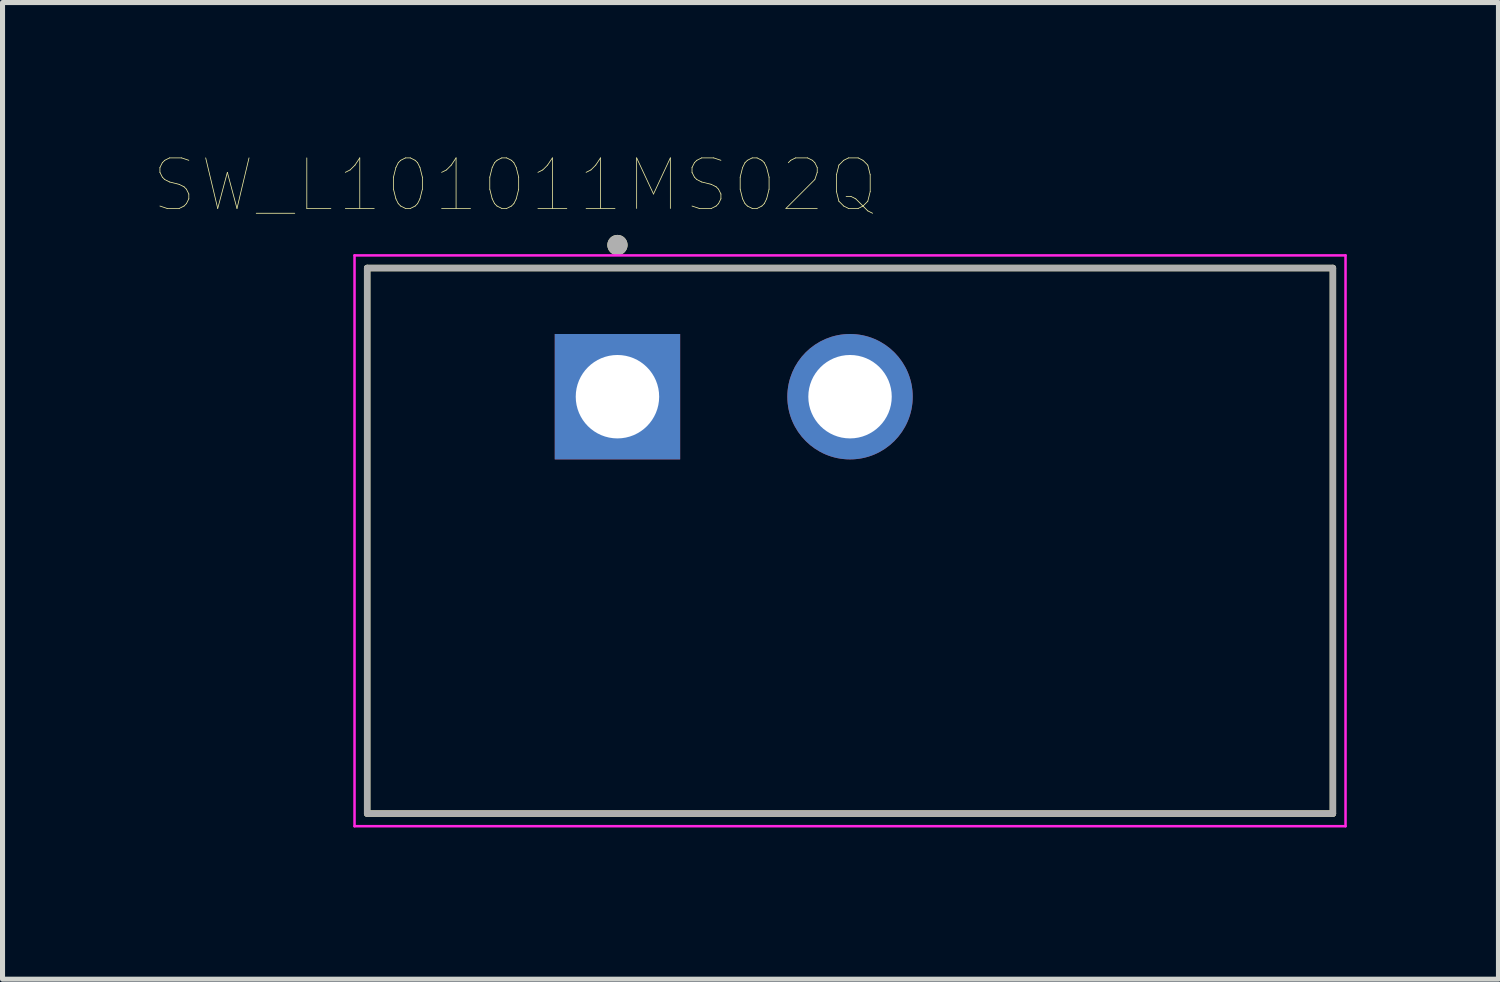
<source format=kicad_pcb>
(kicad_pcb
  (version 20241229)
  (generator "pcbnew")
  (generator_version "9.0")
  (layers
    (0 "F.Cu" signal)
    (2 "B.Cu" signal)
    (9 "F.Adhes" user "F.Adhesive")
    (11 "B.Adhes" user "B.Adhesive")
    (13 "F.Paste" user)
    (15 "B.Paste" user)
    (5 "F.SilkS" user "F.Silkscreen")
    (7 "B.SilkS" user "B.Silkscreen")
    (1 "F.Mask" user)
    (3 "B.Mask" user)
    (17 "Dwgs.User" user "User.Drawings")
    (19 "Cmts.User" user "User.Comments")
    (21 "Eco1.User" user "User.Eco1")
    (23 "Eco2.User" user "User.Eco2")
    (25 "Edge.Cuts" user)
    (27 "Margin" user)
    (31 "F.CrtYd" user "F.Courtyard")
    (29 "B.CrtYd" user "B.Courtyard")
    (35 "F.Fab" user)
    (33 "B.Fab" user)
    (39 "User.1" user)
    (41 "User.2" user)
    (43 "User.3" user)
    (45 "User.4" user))
  (footprint "SW_L101011MS02Q"
    (layer "F.Cu")
    (at 13.762 7.646)
    (property "Reference" "SW_L101011MS02Q" (at -6.625 -7.035 0) (layer "F.SilkS") (effects (font (size 1 1) (thickness 0.015))))
    (attr through_hole)
    (fp_line (start -9.55 -5.395) (end 9.55 -5.395) (stroke (width 0.127) (type solid)) (layer "F.SilkS"))
    (fp_line (start -9.55 5.395) (end -9.55 -5.395) (stroke (width 0.127) (type solid)) (layer "F.SilkS"))
    (fp_line (start 9.55 -5.395) (end 9.55 5.395) (stroke (width 0.127) (type solid)) (layer "F.SilkS"))
    (fp_line (start 9.55 5.395) (end -9.55 5.395) (stroke (width 0.127) (type solid)) (layer "F.SilkS"))
    (fp_circle (center -4.6 -5.85) (end -4.5 -5.85) (stroke (width 0.2) (type solid)) (fill no) (layer "F.SilkS"))
    (fp_line (start -9.8 -5.645) (end 9.8 -5.645) (stroke (width 0.05) (type solid)) (layer "F.CrtYd"))
    (fp_line (start -9.8 5.645) (end -9.8 -5.645) (stroke (width 0.05) (type solid)) (layer "F.CrtYd"))
    (fp_line (start 9.8 -5.645) (end 9.8 5.645) (stroke (width 0.05) (type solid)) (layer "F.CrtYd"))
    (fp_line (start 9.8 5.645) (end -9.8 5.645) (stroke (width 0.05) (type solid)) (layer "F.CrtYd"))
    (fp_line (start -9.55 -5.395) (end 9.55 -5.395) (stroke (width 0.127) (type solid)) (layer "F.Fab"))
    (fp_line (start -9.55 5.395) (end -9.55 -5.395) (stroke (width 0.127) (type solid)) (layer "F.Fab"))
    (fp_line (start 9.55 -5.395) (end 9.55 5.395) (stroke (width 0.127) (type solid)) (layer "F.Fab"))
    (fp_line (start 9.55 5.395) (end -9.55 5.395) (stroke (width 0.127) (type solid)) (layer "F.Fab"))
    (fp_circle (center -4.6 -5.85) (end -4.5 -5.85) (stroke (width 0.2) (type solid)) (fill no) (layer "F.Fab"))
    (pad "1" thru_hole rect (at -4.6 -2.85) (size 2.48 2.48) (drill 1.65) (layers "*.Cu" "*.Mask"))
    (pad "2" thru_hole circle (at 0 -2.85) (size 2.48 2.48) (drill 1.65) (layers "*.Cu" "*.Mask")))
  (gr_rect
    (start -3 -3)
    (end 26.587 16.316)
    (stroke (width 0.1) (type default))
    (fill no)
    (layer "Edge.Cuts")))
</source>
